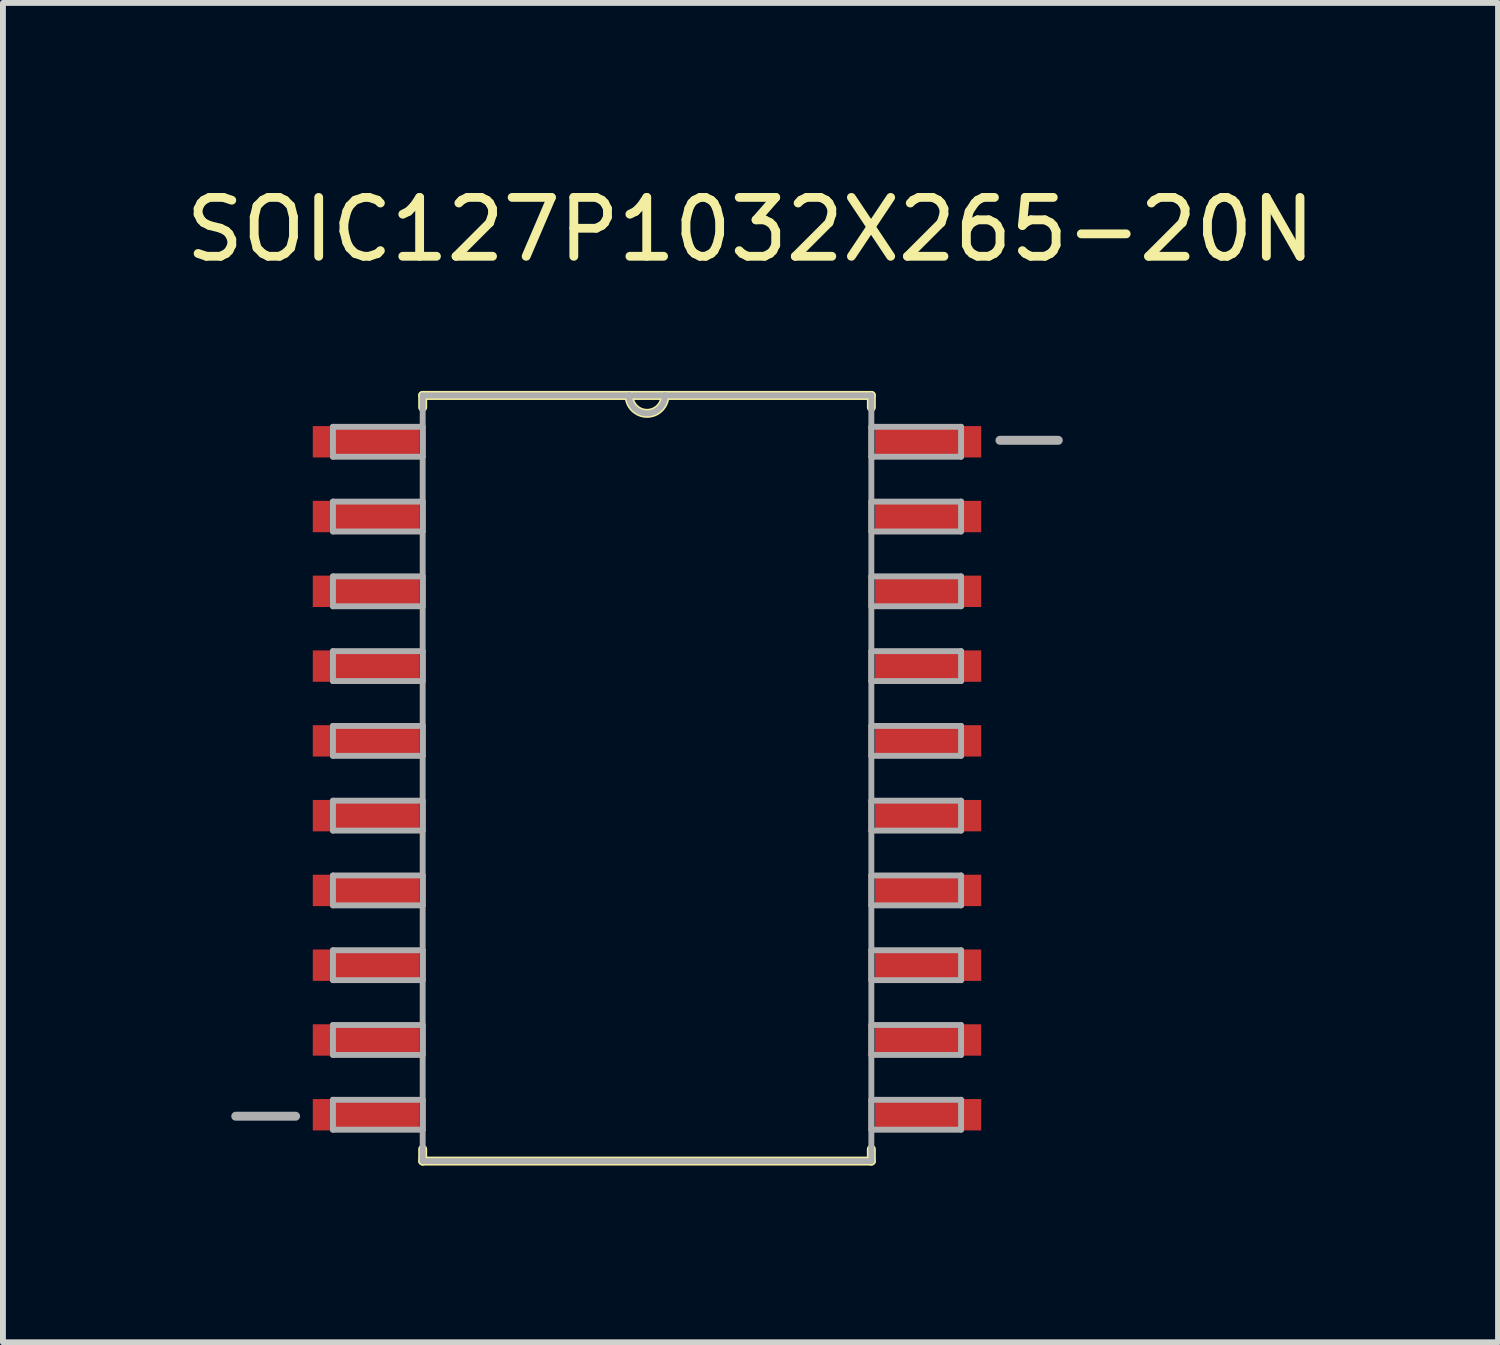
<source format=kicad_pcb>
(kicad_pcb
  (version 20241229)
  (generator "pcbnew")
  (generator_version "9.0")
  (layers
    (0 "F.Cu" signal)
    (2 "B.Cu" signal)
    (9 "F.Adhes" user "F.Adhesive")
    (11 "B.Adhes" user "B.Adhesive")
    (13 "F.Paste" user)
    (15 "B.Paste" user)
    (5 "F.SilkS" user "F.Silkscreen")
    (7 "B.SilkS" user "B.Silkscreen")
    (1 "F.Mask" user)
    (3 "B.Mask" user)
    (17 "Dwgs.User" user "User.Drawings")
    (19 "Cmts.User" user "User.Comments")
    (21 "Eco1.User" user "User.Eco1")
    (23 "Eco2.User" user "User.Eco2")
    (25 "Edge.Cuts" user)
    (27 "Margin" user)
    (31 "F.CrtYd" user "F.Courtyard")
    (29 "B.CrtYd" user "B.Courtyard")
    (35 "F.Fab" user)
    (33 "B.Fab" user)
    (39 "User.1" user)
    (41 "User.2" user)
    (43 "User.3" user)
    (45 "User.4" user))
  (footprint "SOIC127P1032X265-20N"
    (layer "F.Cu")
    (at 7.939 10.168)
    (property "Reference" "SOIC127P1032X265-20N" (at 1.757 -9.32 0) (layer "F.SilkS") (effects (font (size 1 1) (thickness 0.15))))
    (attr through_hole)
    (fp_line (start -3.81 -6.502) (end -3.81 -6.299) (stroke (width 0.152) (type solid)) (layer "F.SilkS"))
    (fp_line (start -3.81 6.299) (end -3.81 6.502) (stroke (width 0.152) (type solid)) (layer "F.SilkS"))
    (fp_line (start -3.81 6.502) (end 3.81 6.502) (stroke (width 0.152) (type solid)) (layer "F.SilkS"))
    (fp_line (start -0.305 -6.502) (end -3.81 -6.502) (stroke (width 0.152) (type solid)) (layer "F.SilkS"))
    (fp_line (start 0.305 -6.502) (end -0.305 -6.502) (stroke (width 0.152) (type solid)) (layer "F.SilkS"))
    (fp_line (start 3.81 -6.502) (end 0.305 -6.502) (stroke (width 0.152) (type solid)) (layer "F.SilkS"))
    (fp_line (start 3.81 -6.299) (end 3.81 -6.502) (stroke (width 0.152) (type solid)) (layer "F.SilkS"))
    (fp_line (start 3.81 6.502) (end 3.81 6.299) (stroke (width 0.152) (type solid)) (layer "F.SilkS"))
    (fp_arc (start 0.3048 -6.5024) (mid 0 -6.1976) (end -0.3048 -6.5024) (stroke (width 0.1524) (type solid)) (layer "F.SilkS"))
    (fp_line (start -6.985 5.74) (end -5.969 5.74) (stroke (width 0.152) (type solid)) (layer "F.Fab"))
    (fp_line (start -5.334 -5.969) (end -5.334 -5.461) (stroke (width 0.1) (type solid)) (layer "F.Fab"))
    (fp_line (start -5.334 -5.461) (end -3.81 -5.461) (stroke (width 0.1) (type solid)) (layer "F.Fab"))
    (fp_line (start -5.334 -4.699) (end -5.334 -4.191) (stroke (width 0.1) (type solid)) (layer "F.Fab"))
    (fp_line (start -5.334 -4.191) (end -3.81 -4.191) (stroke (width 0.1) (type solid)) (layer "F.Fab"))
    (fp_line (start -5.334 -3.429) (end -5.334 -2.921) (stroke (width 0.1) (type solid)) (layer "F.Fab"))
    (fp_line (start -5.334 -2.921) (end -3.81 -2.921) (stroke (width 0.1) (type solid)) (layer "F.Fab"))
    (fp_line (start -5.334 -2.159) (end -5.334 -1.651) (stroke (width 0.1) (type solid)) (layer "F.Fab"))
    (fp_line (start -5.334 -1.651) (end -3.81 -1.651) (stroke (width 0.1) (type solid)) (layer "F.Fab"))
    (fp_line (start -5.334 -0.889) (end -5.334 -0.381) (stroke (width 0.1) (type solid)) (layer "F.Fab"))
    (fp_line (start -5.334 -0.381) (end -3.81 -0.381) (stroke (width 0.1) (type solid)) (layer "F.Fab"))
    (fp_line (start -5.334 0.381) (end -5.334 0.889) (stroke (width 0.1) (type solid)) (layer "F.Fab"))
    (fp_line (start -5.334 0.889) (end -3.81 0.889) (stroke (width 0.1) (type solid)) (layer "F.Fab"))
    (fp_line (start -5.334 1.651) (end -5.334 2.159) (stroke (width 0.1) (type solid)) (layer "F.Fab"))
    (fp_line (start -5.334 2.159) (end -3.81 2.159) (stroke (width 0.1) (type solid)) (layer "F.Fab"))
    (fp_line (start -5.334 2.921) (end -5.334 3.429) (stroke (width 0.1) (type solid)) (layer "F.Fab"))
    (fp_line (start -5.334 3.429) (end -3.81 3.429) (stroke (width 0.1) (type solid)) (layer "F.Fab"))
    (fp_line (start -5.334 4.191) (end -5.334 4.699) (stroke (width 0.1) (type solid)) (layer "F.Fab"))
    (fp_line (start -5.334 4.699) (end -3.81 4.699) (stroke (width 0.1) (type solid)) (layer "F.Fab"))
    (fp_line (start -5.334 5.461) (end -5.334 5.969) (stroke (width 0.1) (type solid)) (layer "F.Fab"))
    (fp_line (start -5.334 5.969) (end -3.81 5.969) (stroke (width 0.1) (type solid)) (layer "F.Fab"))
    (fp_line (start -3.81 -6.502) (end -3.81 6.502) (stroke (width 0.1) (type solid)) (layer "F.Fab"))
    (fp_line (start -3.81 -5.969) (end -5.334 -5.969) (stroke (width 0.1) (type solid)) (layer "F.Fab"))
    (fp_line (start -3.81 -5.461) (end -3.81 -5.969) (stroke (width 0.1) (type solid)) (layer "F.Fab"))
    (fp_line (start -3.81 -4.699) (end -5.334 -4.699) (stroke (width 0.1) (type solid)) (layer "F.Fab"))
    (fp_line (start -3.81 -4.191) (end -3.81 -4.699) (stroke (width 0.1) (type solid)) (layer "F.Fab"))
    (fp_line (start -3.81 -3.429) (end -5.334 -3.429) (stroke (width 0.1) (type solid)) (layer "F.Fab"))
    (fp_line (start -3.81 -2.921) (end -3.81 -3.429) (stroke (width 0.1) (type solid)) (layer "F.Fab"))
    (fp_line (start -3.81 -2.159) (end -5.334 -2.159) (stroke (width 0.1) (type solid)) (layer "F.Fab"))
    (fp_line (start -3.81 -1.651) (end -3.81 -2.159) (stroke (width 0.1) (type solid)) (layer "F.Fab"))
    (fp_line (start -3.81 -0.889) (end -5.334 -0.889) (stroke (width 0.1) (type solid)) (layer "F.Fab"))
    (fp_line (start -3.81 -0.381) (end -3.81 -0.889) (stroke (width 0.1) (type solid)) (layer "F.Fab"))
    (fp_line (start -3.81 0.381) (end -5.334 0.381) (stroke (width 0.1) (type solid)) (layer "F.Fab"))
    (fp_line (start -3.81 0.889) (end -3.81 0.381) (stroke (width 0.1) (type solid)) (layer "F.Fab"))
    (fp_line (start -3.81 1.651) (end -5.334 1.651) (stroke (width 0.1) (type solid)) (layer "F.Fab"))
    (fp_line (start -3.81 2.159) (end -3.81 1.651) (stroke (width 0.1) (type solid)) (layer "F.Fab"))
    (fp_line (start -3.81 2.921) (end -5.334 2.921) (stroke (width 0.1) (type solid)) (layer "F.Fab"))
    (fp_line (start -3.81 3.429) (end -3.81 2.921) (stroke (width 0.1) (type solid)) (layer "F.Fab"))
    (fp_line (start -3.81 4.191) (end -5.334 4.191) (stroke (width 0.1) (type solid)) (layer "F.Fab"))
    (fp_line (start -3.81 4.699) (end -3.81 4.191) (stroke (width 0.1) (type solid)) (layer "F.Fab"))
    (fp_line (start -3.81 5.461) (end -5.334 5.461) (stroke (width 0.1) (type solid)) (layer "F.Fab"))
    (fp_line (start -3.81 5.969) (end -3.81 5.461) (stroke (width 0.1) (type solid)) (layer "F.Fab"))
    (fp_line (start -3.81 6.502) (end 3.81 6.502) (stroke (width 0.1) (type solid)) (layer "F.Fab"))
    (fp_line (start -0.305 -6.502) (end -3.81 -6.502) (stroke (width 0.1) (type solid)) (layer "F.Fab"))
    (fp_line (start 0.305 -6.502) (end -0.305 -6.502) (stroke (width 0.1) (type solid)) (layer "F.Fab"))
    (fp_line (start 3.81 -6.502) (end 0.305 -6.502) (stroke (width 0.1) (type solid)) (layer "F.Fab"))
    (fp_line (start 3.81 -5.969) (end 3.81 -5.461) (stroke (width 0.1) (type solid)) (layer "F.Fab"))
    (fp_line (start 3.81 -5.461) (end 5.334 -5.461) (stroke (width 0.1) (type solid)) (layer "F.Fab"))
    (fp_line (start 3.81 -4.699) (end 3.81 -4.191) (stroke (width 0.1) (type solid)) (layer "F.Fab"))
    (fp_line (start 3.81 -4.191) (end 5.334 -4.191) (stroke (width 0.1) (type solid)) (layer "F.Fab"))
    (fp_line (start 3.81 -3.429) (end 3.81 -2.921) (stroke (width 0.1) (type solid)) (layer "F.Fab"))
    (fp_line (start 3.81 -2.921) (end 5.334 -2.921) (stroke (width 0.1) (type solid)) (layer "F.Fab"))
    (fp_line (start 3.81 -2.159) (end 3.81 -1.651) (stroke (width 0.1) (type solid)) (layer "F.Fab"))
    (fp_line (start 3.81 -1.651) (end 5.334 -1.651) (stroke (width 0.1) (type solid)) (layer "F.Fab"))
    (fp_line (start 3.81 -0.889) (end 3.81 -0.381) (stroke (width 0.1) (type solid)) (layer "F.Fab"))
    (fp_line (start 3.81 -0.381) (end 5.334 -0.381) (stroke (width 0.1) (type solid)) (layer "F.Fab"))
    (fp_line (start 3.81 0.381) (end 3.81 0.889) (stroke (width 0.1) (type solid)) (layer "F.Fab"))
    (fp_line (start 3.81 0.889) (end 5.334 0.889) (stroke (width 0.1) (type solid)) (layer "F.Fab"))
    (fp_line (start 3.81 1.651) (end 3.81 2.159) (stroke (width 0.1) (type solid)) (layer "F.Fab"))
    (fp_line (start 3.81 2.159) (end 5.334 2.159) (stroke (width 0.1) (type solid)) (layer "F.Fab"))
    (fp_line (start 3.81 2.921) (end 3.81 3.429) (stroke (width 0.1) (type solid)) (layer "F.Fab"))
    (fp_line (start 3.81 3.429) (end 5.334 3.429) (stroke (width 0.1) (type solid)) (layer "F.Fab"))
    (fp_line (start 3.81 4.191) (end 3.81 4.699) (stroke (width 0.1) (type solid)) (layer "F.Fab"))
    (fp_line (start 3.81 4.699) (end 5.334 4.699) (stroke (width 0.1) (type solid)) (layer "F.Fab"))
    (fp_line (start 3.81 5.461) (end 3.81 5.969) (stroke (width 0.1) (type solid)) (layer "F.Fab"))
    (fp_line (start 3.81 5.969) (end 5.334 5.969) (stroke (width 0.1) (type solid)) (layer "F.Fab"))
    (fp_line (start 3.81 6.502) (end 3.81 -6.502) (stroke (width 0.1) (type solid)) (layer "F.Fab"))
    (fp_line (start 5.334 -5.969) (end 3.81 -5.969) (stroke (width 0.1) (type solid)) (layer "F.Fab"))
    (fp_line (start 5.334 -5.461) (end 5.334 -5.969) (stroke (width 0.1) (type solid)) (layer "F.Fab"))
    (fp_line (start 5.334 -4.699) (end 3.81 -4.699) (stroke (width 0.1) (type solid)) (layer "F.Fab"))
    (fp_line (start 5.334 -4.191) (end 5.334 -4.699) (stroke (width 0.1) (type solid)) (layer "F.Fab"))
    (fp_line (start 5.334 -3.429) (end 3.81 -3.429) (stroke (width 0.1) (type solid)) (layer "F.Fab"))
    (fp_line (start 5.334 -2.921) (end 5.334 -3.429) (stroke (width 0.1) (type solid)) (layer "F.Fab"))
    (fp_line (start 5.334 -2.159) (end 3.81 -2.159) (stroke (width 0.1) (type solid)) (layer "F.Fab"))
    (fp_line (start 5.334 -1.651) (end 5.334 -2.159) (stroke (width 0.1) (type solid)) (layer "F.Fab"))
    (fp_line (start 5.334 -0.889) (end 3.81 -0.889) (stroke (width 0.1) (type solid)) (layer "F.Fab"))
    (fp_line (start 5.334 -0.381) (end 5.334 -0.889) (stroke (width 0.1) (type solid)) (layer "F.Fab"))
    (fp_line (start 5.334 0.381) (end 3.81 0.381) (stroke (width 0.1) (type solid)) (layer "F.Fab"))
    (fp_line (start 5.334 0.889) (end 5.334 0.381) (stroke (width 0.1) (type solid)) (layer "F.Fab"))
    (fp_line (start 5.334 1.651) (end 3.81 1.651) (stroke (width 0.1) (type solid)) (layer "F.Fab"))
    (fp_line (start 5.334 2.159) (end 5.334 1.651) (stroke (width 0.1) (type solid)) (layer "F.Fab"))
    (fp_line (start 5.334 2.921) (end 3.81 2.921) (stroke (width 0.1) (type solid)) (layer "F.Fab"))
    (fp_line (start 5.334 3.429) (end 5.334 2.921) (stroke (width 0.1) (type solid)) (layer "F.Fab"))
    (fp_line (start 5.334 4.191) (end 3.81 4.191) (stroke (width 0.1) (type solid)) (layer "F.Fab"))
    (fp_line (start 5.334 4.699) (end 5.334 4.191) (stroke (width 0.1) (type solid)) (layer "F.Fab"))
    (fp_line (start 5.334 5.461) (end 3.81 5.461) (stroke (width 0.1) (type solid)) (layer "F.Fab"))
    (fp_line (start 5.334 5.969) (end 5.334 5.461) (stroke (width 0.1) (type solid)) (layer "F.Fab"))
    (fp_line (start 5.994 -5.74) (end 6.985 -5.74) (stroke (width 0.152) (type solid)) (layer "F.Fab"))
    (fp_arc (start 0.3048 -6.5024) (mid 0 -6.1976) (end -0.3048 -6.5024) (stroke (width 0.1) (type solid)) (layer "F.Fab"))
    (pad "1" smd rect (at -4.775 -5.715) (size 1.803 0.533) (layers "F.Cu" "F.Mask" "F.Paste"))
    (pad "2" smd rect (at -4.775 -4.445) (size 1.803 0.533) (layers "F.Cu" "F.Mask" "F.Paste"))
    (pad "3" smd rect (at -4.775 -3.175) (size 1.803 0.533) (layers "F.Cu" "F.Mask" "F.Paste"))
    (pad "4" smd rect (at -4.775 -1.905) (size 1.803 0.533) (layers "F.Cu" "F.Mask" "F.Paste"))
    (pad "5" smd rect (at -4.775 -0.635) (size 1.803 0.533) (layers "F.Cu" "F.Mask" "F.Paste"))
    (pad "6" smd rect (at -4.775 0.635) (size 1.803 0.533) (layers "F.Cu" "F.Mask" "F.Paste"))
    (pad "7" smd rect (at -4.775 1.905) (size 1.803 0.533) (layers "F.Cu" "F.Mask" "F.Paste"))
    (pad "8" smd rect (at -4.775 3.175) (size 1.803 0.533) (layers "F.Cu" "F.Mask" "F.Paste"))
    (pad "9" smd rect (at -4.775 4.445) (size 1.803 0.533) (layers "F.Cu" "F.Mask" "F.Paste"))
    (pad "10" smd rect (at -4.775 5.715) (size 1.803 0.533) (layers "F.Cu" "F.Mask" "F.Paste"))
    (pad "11" smd rect (at 4.775 5.715) (size 1.803 0.533) (layers "F.Cu" "F.Mask" "F.Paste"))
    (pad "12" smd rect (at 4.775 4.445) (size 1.803 0.533) (layers "F.Cu" "F.Mask" "F.Paste"))
    (pad "13" smd rect (at 4.775 3.175) (size 1.803 0.533) (layers "F.Cu" "F.Mask" "F.Paste"))
    (pad "14" smd rect (at 4.775 1.905) (size 1.803 0.533) (layers "F.Cu" "F.Mask" "F.Paste"))
    (pad "15" smd rect (at 4.775 0.635) (size 1.803 0.533) (layers "F.Cu" "F.Mask" "F.Paste"))
    (pad "16" smd rect (at 4.775 -0.635) (size 1.803 0.533) (layers "F.Cu" "F.Mask" "F.Paste"))
    (pad "17" smd rect (at 4.775 -1.905) (size 1.803 0.533) (layers "F.Cu" "F.Mask" "F.Paste"))
    (pad "18" smd rect (at 4.775 -3.175) (size 1.803 0.533) (layers "F.Cu" "F.Mask" "F.Paste"))
    (pad "19" smd rect (at 4.775 -4.445) (size 1.803 0.533) (layers "F.Cu" "F.Mask" "F.Paste"))
    (pad "20" smd rect (at 4.775 -5.715) (size 1.803 0.533) (layers "F.Cu" "F.Mask" "F.Paste")))
  (gr_rect
    (start -3 -3)
    (end 22.393 19.747)
    (stroke (width 0.1) (type default))
    (fill no)
    (layer "Edge.Cuts")))
</source>
